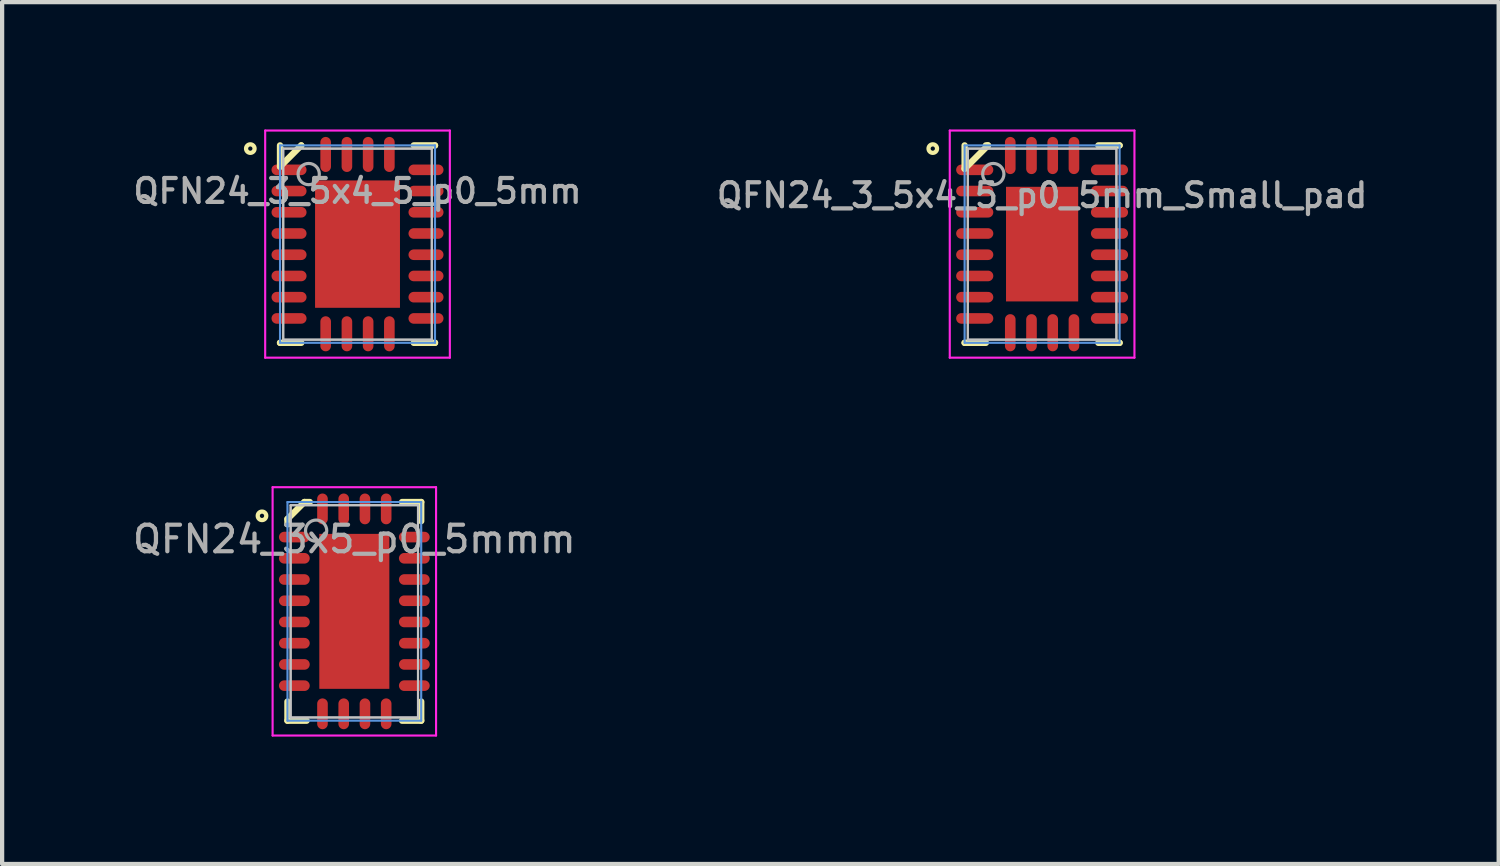
<source format=kicad_pcb>
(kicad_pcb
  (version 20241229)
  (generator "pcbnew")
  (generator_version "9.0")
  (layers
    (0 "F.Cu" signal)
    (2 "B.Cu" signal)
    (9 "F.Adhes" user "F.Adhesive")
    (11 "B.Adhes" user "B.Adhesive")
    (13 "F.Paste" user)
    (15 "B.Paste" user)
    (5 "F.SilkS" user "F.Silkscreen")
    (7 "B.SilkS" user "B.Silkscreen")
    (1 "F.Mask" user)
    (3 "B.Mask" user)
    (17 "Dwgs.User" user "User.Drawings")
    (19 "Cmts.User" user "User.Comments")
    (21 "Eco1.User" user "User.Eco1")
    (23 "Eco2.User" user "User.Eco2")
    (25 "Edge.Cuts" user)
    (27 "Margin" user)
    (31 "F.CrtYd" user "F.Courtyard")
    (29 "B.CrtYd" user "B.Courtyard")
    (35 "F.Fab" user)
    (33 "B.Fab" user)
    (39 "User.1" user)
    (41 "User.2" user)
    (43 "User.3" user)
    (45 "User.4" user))
  (footprint "QFN24_3_5x4_5_p0_5mm"
    (layer "F.Cu")
    (at 5.371 2.7)
    (property "Reference" "QFN24_3_5x4_5_p0_5mm" (at 0 -1.25 0) (layer "F.Fab") (effects (font (size 0.562 0.562) (thickness 0.1))))
    (attr through_hole)
    (fp_line (start -1.825 -1.825) (end -1.825 -2.325) (stroke (width 0.15) (type solid)) (layer "F.SilkS"))
    (fp_line (start -1.825 -1.825) (end -1.325 -2.325) (stroke (width 0.15) (type solid)) (layer "F.SilkS"))
    (fp_line (start -1.825 2.325) (end -1.825 2.325) (stroke (width 0.15) (type solid)) (layer "F.SilkS"))
    (fp_line (start -1.825 2.325) (end -1.325 2.325) (stroke (width 0.15) (type solid)) (layer "F.SilkS"))
    (fp_line (start -1.325 -2.325) (end -1.325 -2.325) (stroke (width 0.15) (type solid)) (layer "F.SilkS"))
    (fp_line (start 1.825 -2.325) (end 1.325 -2.325) (stroke (width 0.15) (type solid)) (layer "F.SilkS"))
    (fp_line (start 1.825 -2.325) (end 1.825 -2.325) (stroke (width 0.15) (type solid)) (layer "F.SilkS"))
    (fp_line (start 1.825 2.325) (end 1.325 2.325) (stroke (width 0.15) (type solid)) (layer "F.SilkS"))
    (fp_line (start 1.825 2.325) (end 1.825 2.325) (stroke (width 0.15) (type solid)) (layer "F.SilkS"))
    (fp_circle (center -2.525 -2.25) (end -2.454 -2.179) (stroke (width 0.1) (type solid)) (fill no) (layer "F.SilkS"))
    (fp_line (start -1.75 -2.25) (end -1.75 2.25) (stroke (width 0.05) (type solid)) (layer "Dwgs.User"))
    (fp_line (start -1.75 -2.25) (end 1.75 -2.25) (stroke (width 0.05) (type solid)) (layer "Dwgs.User"))
    (fp_line (start -1.75 2.25) (end 1.75 2.25) (stroke (width 0.05) (type solid)) (layer "Dwgs.User"))
    (fp_line (start 1.75 -2.25) (end 1.75 2.25) (stroke (width 0.05) (type solid)) (layer "Dwgs.User"))
    (fp_line (start -1.825 -2.325) (end -1.825 2.325) (stroke (width 0.05) (type solid)) (layer "Cmts.User"))
    (fp_line (start -1.825 -2.325) (end 1.825 -2.325) (stroke (width 0.05) (type solid)) (layer "Cmts.User"))
    (fp_line (start -1.825 2.325) (end 1.825 2.325) (stroke (width 0.05) (type solid)) (layer "Cmts.User"))
    (fp_line (start 1.825 -2.325) (end 1.825 2.325) (stroke (width 0.05) (type solid)) (layer "Cmts.User"))
    (fp_line (start -1.675 -2.175) (end -1.675 2.175) (stroke (width 0.05) (type solid)) (layer "Eco1.User"))
    (fp_line (start -1.675 -2.175) (end 1.675 -2.175) (stroke (width 0.05) (type solid)) (layer "Eco1.User"))
    (fp_line (start -1.675 2.175) (end 1.675 2.175) (stroke (width 0.05) (type solid)) (layer "Eco1.User"))
    (fp_line (start 1.675 -2.175) (end 1.675 2.175) (stroke (width 0.05) (type solid)) (layer "Eco1.User"))
    (fp_line (start -2.175 -2.675) (end -2.175 2.675) (stroke (width 0.05) (type solid)) (layer "F.CrtYd"))
    (fp_line (start -2.175 -2.675) (end 2.175 -2.675) (stroke (width 0.05) (type solid)) (layer "F.CrtYd"))
    (fp_line (start -2.175 2.675) (end 2.175 2.675) (stroke (width 0.05) (type solid)) (layer "F.CrtYd"))
    (fp_line (start 2.175 -2.675) (end 2.175 2.675) (stroke (width 0.05) (type solid)) (layer "F.CrtYd"))
    (fp_line (start -1.75 -2.25) (end -1.75 2.25) (stroke (width 0.05) (type solid)) (layer "F.Fab"))
    (fp_line (start -1.75 -2.25) (end 1.75 -2.25) (stroke (width 0.05) (type solid)) (layer "F.Fab"))
    (fp_line (start -1.75 2.25) (end 1.75 2.25) (stroke (width 0.05) (type solid)) (layer "F.Fab"))
    (fp_line (start 1.75 -2.25) (end 1.75 2.25) (stroke (width 0.05) (type solid)) (layer "F.Fab"))
    (fp_circle (center -1.15 -1.65) (end -0.973 -1.473) (stroke (width 0.075) (type solid)) (fill no) (layer "F.Fab"))
    (pad "1" smd oval (at -1.613 -1.75 180) (size 0.825 0.25) (layers "F.Cu" "F.Mask" "F.Paste"))
    (pad "2" smd oval (at -1.613 -1.25 180) (size 0.825 0.25) (layers "F.Cu" "F.Mask" "F.Paste"))
    (pad "3" smd oval (at -1.613 -0.75 180) (size 0.825 0.25) (layers "F.Cu" "F.Mask" "F.Paste"))
    (pad "4" smd oval (at -1.613 -0.25 180) (size 0.825 0.25) (layers "F.Cu" "F.Mask" "F.Paste"))
    (pad "5" smd oval (at -1.613 0.25 180) (size 0.825 0.25) (layers "F.Cu" "F.Mask" "F.Paste"))
    (pad "6" smd oval (at -1.613 0.75 180) (size 0.825 0.25) (layers "F.Cu" "F.Mask" "F.Paste"))
    (pad "7" smd oval (at -1.613 1.25 180) (size 0.825 0.25) (layers "F.Cu" "F.Mask" "F.Paste"))
    (pad "8" smd oval (at -1.613 1.75 180) (size 0.825 0.25) (layers "F.Cu" "F.Mask" "F.Paste"))
    (pad "9" smd oval (at -0.75 2.112 270) (size 0.825 0.25) (layers "F.Cu" "F.Mask" "F.Paste"))
    (pad "10" smd oval (at -0.25 2.112 270) (size 0.825 0.25) (layers "F.Cu" "F.Mask" "F.Paste"))
    (pad "11" smd oval (at 0.25 2.112 270) (size 0.825 0.25) (layers "F.Cu" "F.Mask" "F.Paste"))
    (pad "12" smd oval (at 0.75 2.112 270) (size 0.825 0.25) (layers "F.Cu" "F.Mask" "F.Paste"))
    (pad "13" smd oval (at 1.613 1.75) (size 0.825 0.25) (layers "F.Cu" "F.Mask" "F.Paste"))
    (pad "14" smd oval (at 1.613 1.25) (size 0.825 0.25) (layers "F.Cu" "F.Mask" "F.Paste"))
    (pad "15" smd oval (at 1.613 0.75) (size 0.825 0.25) (layers "F.Cu" "F.Mask" "F.Paste"))
    (pad "16" smd oval (at 1.613 0.25) (size 0.825 0.25) (layers "F.Cu" "F.Mask" "F.Paste"))
    (pad "17" smd oval (at 1.613 -0.25) (size 0.825 0.25) (layers "F.Cu" "F.Mask" "F.Paste"))
    (pad "18" smd oval (at 1.613 -0.75) (size 0.825 0.25) (layers "F.Cu" "F.Mask" "F.Paste"))
    (pad "19" smd oval (at 1.613 -1.25) (size 0.825 0.25) (layers "F.Cu" "F.Mask" "F.Paste"))
    (pad "20" smd oval (at 1.613 -1.75) (size 0.825 0.25) (layers "F.Cu" "F.Mask" "F.Paste"))
    (pad "21" smd oval (at 0.75 -2.112 90) (size 0.825 0.25) (layers "F.Cu" "F.Mask" "F.Paste"))
    (pad "22" smd oval (at 0.25 -2.112 90) (size 0.825 0.25) (layers "F.Cu" "F.Mask" "F.Paste"))
    (pad "23" smd oval (at -0.25 -2.112 90) (size 0.825 0.25) (layers "F.Cu" "F.Mask" "F.Paste"))
    (pad "24" smd oval (at -0.75 -2.112 90) (size 0.825 0.25) (layers "F.Cu" "F.Mask" "F.Paste"))
    (pad "25" smd rect (at 0 0) (size 2 3) (layers "F.Cu" "F.Mask" "F.Paste")))
  (footprint "QFN24_3_5x4_5_p0_5mm_Small_pad"
    (layer "F.Cu")
    (at 21.496 2.7)
    (property "Reference" "QFN24_3_5x4_5_p0_5mm_Small_pad" (at 0 -1.15 0) (layer "F.Fab") (effects (font (size 0.562 0.562) (thickness 0.1))))
    (attr through_hole)
    (fp_line (start -1.825 -1.775) (end -1.825 -2.325) (stroke (width 0.15) (type solid)) (layer "F.SilkS"))
    (fp_line (start -1.825 -1.775) (end -1.275 -2.325) (stroke (width 0.15) (type solid)) (layer "F.SilkS"))
    (fp_line (start -1.825 2.325) (end -1.825 2.325) (stroke (width 0.15) (type solid)) (layer "F.SilkS"))
    (fp_line (start -1.825 2.325) (end -1.325 2.325) (stroke (width 0.15) (type solid)) (layer "F.SilkS"))
    (fp_line (start -1.325 -2.325) (end -1.275 -2.325) (stroke (width 0.15) (type solid)) (layer "F.SilkS"))
    (fp_line (start 1.825 -2.325) (end 1.325 -2.325) (stroke (width 0.15) (type solid)) (layer "F.SilkS"))
    (fp_line (start 1.825 -2.325) (end 1.825 -2.325) (stroke (width 0.15) (type solid)) (layer "F.SilkS"))
    (fp_line (start 1.825 2.325) (end 1.325 2.325) (stroke (width 0.15) (type solid)) (layer "F.SilkS"))
    (fp_line (start 1.825 2.325) (end 1.825 2.325) (stroke (width 0.15) (type solid)) (layer "F.SilkS"))
    (fp_circle (center -2.575 -2.25) (end -2.504 -2.179) (stroke (width 0.1) (type solid)) (fill no) (layer "F.SilkS"))
    (fp_line (start -1.75 -2.25) (end -1.75 2.25) (stroke (width 0.05) (type solid)) (layer "Dwgs.User"))
    (fp_line (start -1.75 -2.25) (end 1.75 -2.25) (stroke (width 0.05) (type solid)) (layer "Dwgs.User"))
    (fp_line (start -1.75 2.25) (end 1.75 2.25) (stroke (width 0.05) (type solid)) (layer "Dwgs.User"))
    (fp_line (start 1.75 -2.25) (end 1.75 2.25) (stroke (width 0.05) (type solid)) (layer "Dwgs.User"))
    (fp_line (start -1.825 -2.325) (end -1.825 2.325) (stroke (width 0.05) (type solid)) (layer "Cmts.User"))
    (fp_line (start -1.825 -2.325) (end 1.825 -2.325) (stroke (width 0.05) (type solid)) (layer "Cmts.User"))
    (fp_line (start -1.825 2.325) (end 1.825 2.325) (stroke (width 0.05) (type solid)) (layer "Cmts.User"))
    (fp_line (start 1.825 -2.325) (end 1.825 2.325) (stroke (width 0.05) (type solid)) (layer "Cmts.User"))
    (fp_line (start -1.675 -2.175) (end -1.675 2.175) (stroke (width 0.05) (type solid)) (layer "Eco1.User"))
    (fp_line (start -1.675 -2.175) (end 1.675 -2.175) (stroke (width 0.05) (type solid)) (layer "Eco1.User"))
    (fp_line (start -1.675 2.175) (end 1.675 2.175) (stroke (width 0.05) (type solid)) (layer "Eco1.User"))
    (fp_line (start 1.675 -2.175) (end 1.675 2.175) (stroke (width 0.05) (type solid)) (layer "Eco1.User"))
    (fp_line (start -2.175 -2.675) (end -2.175 2.675) (stroke (width 0.05) (type solid)) (layer "F.CrtYd"))
    (fp_line (start -2.175 -2.675) (end 2.175 -2.675) (stroke (width 0.05) (type solid)) (layer "F.CrtYd"))
    (fp_line (start -2.175 2.675) (end 2.175 2.675) (stroke (width 0.05) (type solid)) (layer "F.CrtYd"))
    (fp_line (start 2.175 -2.675) (end 2.175 2.675) (stroke (width 0.05) (type solid)) (layer "F.CrtYd"))
    (fp_line (start -1.75 -2.25) (end -1.75 2.25) (stroke (width 0.05) (type solid)) (layer "F.Fab"))
    (fp_line (start -1.75 -2.25) (end 1.75 -2.25) (stroke (width 0.05) (type solid)) (layer "F.Fab"))
    (fp_line (start -1.75 2.25) (end 1.75 2.25) (stroke (width 0.05) (type solid)) (layer "F.Fab"))
    (fp_line (start 1.75 -2.25) (end 1.75 2.25) (stroke (width 0.05) (type solid)) (layer "F.Fab"))
    (fp_circle (center -1.15 -1.65) (end -0.973 -1.473) (stroke (width 0.075) (type solid)) (fill no) (layer "F.Fab"))
    (pad "1" smd oval (at -1.587 -1.75 180) (size 0.875 0.25) (layers "F.Cu" "F.Mask" "F.Paste"))
    (pad "2" smd oval (at -1.587 -1.25 180) (size 0.875 0.25) (layers "F.Cu" "F.Mask" "F.Paste"))
    (pad "3" smd oval (at -1.587 -0.75 180) (size 0.875 0.25) (layers "F.Cu" "F.Mask" "F.Paste"))
    (pad "4" smd oval (at -1.587 -0.25 180) (size 0.875 0.25) (layers "F.Cu" "F.Mask" "F.Paste"))
    (pad "5" smd oval (at -1.587 0.25 180) (size 0.875 0.25) (layers "F.Cu" "F.Mask" "F.Paste"))
    (pad "6" smd oval (at -1.587 0.75 180) (size 0.875 0.25) (layers "F.Cu" "F.Mask" "F.Paste"))
    (pad "7" smd oval (at -1.587 1.25 180) (size 0.875 0.25) (layers "F.Cu" "F.Mask" "F.Paste"))
    (pad "8" smd oval (at -1.587 1.75 180) (size 0.875 0.25) (layers "F.Cu" "F.Mask" "F.Paste"))
    (pad "9" smd oval (at -0.75 2.087 270) (size 0.875 0.25) (layers "F.Cu" "F.Mask" "F.Paste"))
    (pad "10" smd oval (at -0.25 2.087 270) (size 0.875 0.25) (layers "F.Cu" "F.Mask" "F.Paste"))
    (pad "11" smd oval (at 0.25 2.087 270) (size 0.875 0.25) (layers "F.Cu" "F.Mask" "F.Paste"))
    (pad "12" smd oval (at 0.75 2.087 270) (size 0.875 0.25) (layers "F.Cu" "F.Mask" "F.Paste"))
    (pad "13" smd oval (at 1.587 1.75) (size 0.875 0.25) (layers "F.Cu" "F.Mask" "F.Paste"))
    (pad "14" smd oval (at 1.587 1.25) (size 0.875 0.25) (layers "F.Cu" "F.Mask" "F.Paste"))
    (pad "15" smd oval (at 1.587 0.75) (size 0.875 0.25) (layers "F.Cu" "F.Mask" "F.Paste"))
    (pad "16" smd oval (at 1.587 0.25) (size 0.875 0.25) (layers "F.Cu" "F.Mask" "F.Paste"))
    (pad "17" smd oval (at 1.587 -0.25) (size 0.875 0.25) (layers "F.Cu" "F.Mask" "F.Paste"))
    (pad "18" smd oval (at 1.587 -0.75) (size 0.875 0.25) (layers "F.Cu" "F.Mask" "F.Paste"))
    (pad "19" smd oval (at 1.587 -1.25) (size 0.875 0.25) (layers "F.Cu" "F.Mask" "F.Paste"))
    (pad "20" smd oval (at 1.587 -1.75) (size 0.875 0.25) (layers "F.Cu" "F.Mask" "F.Paste"))
    (pad "21" smd oval (at 0.75 -2.087 90) (size 0.875 0.25) (layers "F.Cu" "F.Mask" "F.Paste"))
    (pad "22" smd oval (at 0.25 -2.087 90) (size 0.875 0.25) (layers "F.Cu" "F.Mask" "F.Paste"))
    (pad "23" smd oval (at -0.25 -2.087 90) (size 0.875 0.25) (layers "F.Cu" "F.Mask" "F.Paste"))
    (pad "24" smd oval (at -0.75 -2.087 90) (size 0.875 0.25) (layers "F.Cu" "F.Mask" "F.Paste"))
    (pad "25" smd rect (at 0 0) (size 1.7 2.7) (layers "F.Cu" "F.Mask" "F.Paste")))
  (footprint "QFN24_3x5_p0_5mmm"
    (layer "F.Cu")
    (at 5.296 11.35)
    (property "Reference" "QFN24_3x5_p0_5mmm" (at 0 -1.7 0) (layer "F.Fab") (effects (font (size 0.625 0.625) (thickness 0.1))))
    (attr through_hole)
    (fp_line (start -1.575 -2.175) (end -1.575 -2.05) (stroke (width 0.15) (type solid)) (layer "F.SilkS"))
    (fp_line (start -1.575 -2.175) (end -1.175 -2.575) (stroke (width 0.15) (type solid)) (layer "F.SilkS"))
    (fp_line (start -1.575 2.575) (end -1.575 2.125) (stroke (width 0.15) (type solid)) (layer "F.SilkS"))
    (fp_line (start -1.575 2.575) (end -1.125 2.575) (stroke (width 0.15) (type solid)) (layer "F.SilkS"))
    (fp_line (start -1.05 -2.575) (end -1.175 -2.575) (stroke (width 0.15) (type solid)) (layer "F.SilkS"))
    (fp_line (start 1.575 -2.575) (end 1.125 -2.575) (stroke (width 0.15) (type solid)) (layer "F.SilkS"))
    (fp_line (start 1.575 -2.575) (end 1.575 -2.125) (stroke (width 0.15) (type solid)) (layer "F.SilkS"))
    (fp_line (start 1.575 2.575) (end 1.125 2.575) (stroke (width 0.15) (type solid)) (layer "F.SilkS"))
    (fp_line (start 1.575 2.575) (end 1.575 2.125) (stroke (width 0.15) (type solid)) (layer "F.SilkS"))
    (fp_circle (center -2.175 -2.25) (end -2.104 -2.179) (stroke (width 0.1) (type solid)) (fill no) (layer "F.SilkS"))
    (fp_line (start -1.5 -2.5) (end -1.5 2.5) (stroke (width 0.05) (type solid)) (layer "Dwgs.User"))
    (fp_line (start -1.5 -2.5) (end 1.5 -2.5) (stroke (width 0.05) (type solid)) (layer "Dwgs.User"))
    (fp_line (start -1.5 2.5) (end 1.5 2.5) (stroke (width 0.05) (type solid)) (layer "Dwgs.User"))
    (fp_line (start 1.5 -2.5) (end 1.5 2.5) (stroke (width 0.05) (type solid)) (layer "Dwgs.User"))
    (fp_line (start -1.575 -2.575) (end -1.575 2.575) (stroke (width 0.05) (type solid)) (layer "Cmts.User"))
    (fp_line (start -1.575 -2.575) (end 1.575 -2.575) (stroke (width 0.05) (type solid)) (layer "Cmts.User"))
    (fp_line (start -1.575 2.575) (end 1.575 2.575) (stroke (width 0.05) (type solid)) (layer "Cmts.User"))
    (fp_line (start 1.575 -2.575) (end 1.575 2.575) (stroke (width 0.05) (type solid)) (layer "Cmts.User"))
    (fp_line (start -1.425 -2.425) (end -1.425 2.425) (stroke (width 0.05) (type solid)) (layer "Eco1.User"))
    (fp_line (start -1.425 -2.425) (end 1.425 -2.425) (stroke (width 0.05) (type solid)) (layer "Eco1.User"))
    (fp_line (start -1.425 2.425) (end 1.425 2.425) (stroke (width 0.05) (type solid)) (layer "Eco1.User"))
    (fp_line (start 1.425 -2.425) (end 1.425 2.425) (stroke (width 0.05) (type solid)) (layer "Eco1.User"))
    (fp_line (start -1.925 -2.925) (end -1.925 2.925) (stroke (width 0.05) (type solid)) (layer "F.CrtYd"))
    (fp_line (start -1.925 -2.925) (end 1.925 -2.925) (stroke (width 0.05) (type solid)) (layer "F.CrtYd"))
    (fp_line (start -1.925 2.925) (end 1.925 2.925) (stroke (width 0.05) (type solid)) (layer "F.CrtYd"))
    (fp_line (start 1.925 -2.925) (end 1.925 2.925) (stroke (width 0.05) (type solid)) (layer "F.CrtYd"))
    (fp_line (start -1.5 -2.5) (end -1.5 2.5) (stroke (width 0.05) (type solid)) (layer "F.Fab"))
    (fp_line (start -1.5 -2.5) (end 1.5 -2.5) (stroke (width 0.05) (type solid)) (layer "F.Fab"))
    (fp_line (start -1.5 2.5) (end 1.5 2.5) (stroke (width 0.05) (type solid)) (layer "F.Fab"))
    (fp_line (start 1.5 -2.5) (end 1.5 2.5) (stroke (width 0.05) (type solid)) (layer "F.Fab"))
    (fp_circle (center -0.9 -1.9) (end -0.723 -1.723) (stroke (width 0.075) (type solid)) (fill no) (layer "F.Fab"))
    (pad "1" smd oval (at -1.413 -1.75 180) (size 0.725 0.25) (layers "F.Cu" "F.Mask" "F.Paste"))
    (pad "2" smd oval (at -1.413 -1.25 180) (size 0.725 0.25) (layers "F.Cu" "F.Mask" "F.Paste"))
    (pad "3" smd oval (at -1.413 -0.75 180) (size 0.725 0.25) (layers "F.Cu" "F.Mask" "F.Paste"))
    (pad "4" smd oval (at -1.413 -0.25 180) (size 0.725 0.25) (layers "F.Cu" "F.Mask" "F.Paste"))
    (pad "5" smd oval (at -1.413 0.25 180) (size 0.725 0.25) (layers "F.Cu" "F.Mask" "F.Paste"))
    (pad "6" smd oval (at -1.413 0.75 180) (size 0.725 0.25) (layers "F.Cu" "F.Mask" "F.Paste"))
    (pad "7" smd oval (at -1.413 1.25 180) (size 0.725 0.25) (layers "F.Cu" "F.Mask" "F.Paste"))
    (pad "8" smd oval (at -1.413 1.75 180) (size 0.725 0.25) (layers "F.Cu" "F.Mask" "F.Paste"))
    (pad "9" smd oval (at -0.75 2.413 270) (size 0.725 0.25) (layers "F.Cu" "F.Mask" "F.Paste"))
    (pad "10" smd oval (at -0.25 2.413 270) (size 0.725 0.25) (layers "F.Cu" "F.Mask" "F.Paste"))
    (pad "11" smd oval (at 0.25 2.413 270) (size 0.725 0.25) (layers "F.Cu" "F.Mask" "F.Paste"))
    (pad "12" smd oval (at 0.75 2.413 270) (size 0.725 0.25) (layers "F.Cu" "F.Mask" "F.Paste"))
    (pad "13" smd oval (at 1.413 1.75) (size 0.725 0.25) (layers "F.Cu" "F.Mask" "F.Paste"))
    (pad "14" smd oval (at 1.413 1.25) (size 0.725 0.25) (layers "F.Cu" "F.Mask" "F.Paste"))
    (pad "15" smd oval (at 1.413 0.75) (size 0.725 0.25) (layers "F.Cu" "F.Mask" "F.Paste"))
    (pad "16" smd oval (at 1.413 0.25) (size 0.725 0.25) (layers "F.Cu" "F.Mask" "F.Paste"))
    (pad "17" smd oval (at 1.413 -0.25) (size 0.725 0.25) (layers "F.Cu" "F.Mask" "F.Paste"))
    (pad "18" smd oval (at 1.413 -0.75) (size 0.725 0.25) (layers "F.Cu" "F.Mask" "F.Paste"))
    (pad "19" smd oval (at 1.413 -1.25) (size 0.725 0.25) (layers "F.Cu" "F.Mask" "F.Paste"))
    (pad "20" smd oval (at 1.413 -1.75) (size 0.725 0.25) (layers "F.Cu" "F.Mask" "F.Paste"))
    (pad "21" smd oval (at 0.75 -2.413 90) (size 0.725 0.25) (layers "F.Cu" "F.Mask" "F.Paste"))
    (pad "22" smd oval (at 0.25 -2.413 90) (size 0.725 0.25) (layers "F.Cu" "F.Mask" "F.Paste"))
    (pad "23" smd oval (at -0.25 -2.413 90) (size 0.725 0.25) (layers "F.Cu" "F.Mask" "F.Paste"))
    (pad "24" smd oval (at -0.75 -2.413 90) (size 0.725 0.25) (layers "F.Cu" "F.Mask" "F.Paste"))
    (pad "25" smd rect (at 0 0) (size 1.65 3.65) (layers "F.Cu" "F.Mask" "F.Paste")))
  (gr_rect
    (start -3 -3)
    (end 32.25 17.3)
    (stroke (width 0.1) (type default))
    (fill no)
    (layer "Edge.Cuts")))
</source>
